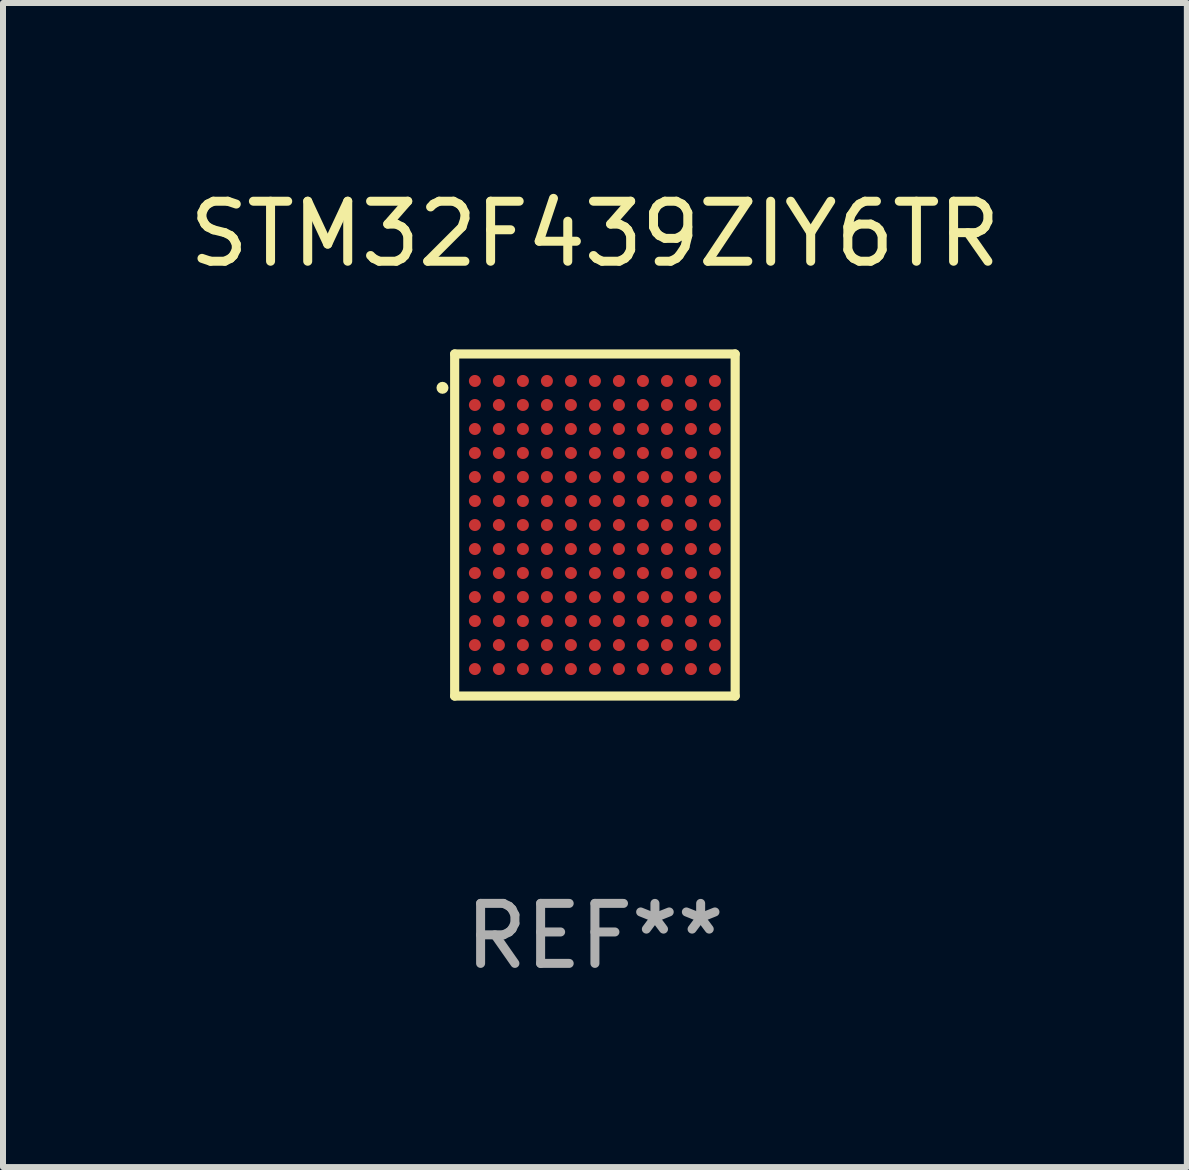
<source format=kicad_pcb>
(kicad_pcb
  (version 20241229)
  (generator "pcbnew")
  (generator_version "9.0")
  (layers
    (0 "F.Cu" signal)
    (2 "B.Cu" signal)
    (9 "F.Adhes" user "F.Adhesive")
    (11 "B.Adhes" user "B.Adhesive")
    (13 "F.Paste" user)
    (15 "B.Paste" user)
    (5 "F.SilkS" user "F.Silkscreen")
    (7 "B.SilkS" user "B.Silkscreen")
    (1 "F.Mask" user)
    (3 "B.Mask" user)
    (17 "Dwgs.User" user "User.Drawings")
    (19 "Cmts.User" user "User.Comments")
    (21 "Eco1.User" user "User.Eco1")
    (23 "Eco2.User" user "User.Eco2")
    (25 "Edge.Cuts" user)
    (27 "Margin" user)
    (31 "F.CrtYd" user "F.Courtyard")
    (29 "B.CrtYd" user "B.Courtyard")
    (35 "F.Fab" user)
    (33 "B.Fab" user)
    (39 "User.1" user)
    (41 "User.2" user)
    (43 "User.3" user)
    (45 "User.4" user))
  (footprint "STM32F439ZIY6TR"
    (layer "F.Cu")
    (at 6.863 5.698)
    (property "Reference" "STM32F439ZIY6TR" (at 0 -4.85 0) (layer "F.SilkS") (effects (font (size 1 1) (thickness 0.15))))
    (attr through_hole)
    (fp_line (start -2.337 -2.85) (end 2.337 -2.85) (stroke (width 0.152) (type solid)) (layer "F.SilkS"))
    (fp_line (start -2.337 2.85) (end -2.337 -2.85) (stroke (width 0.152) (type solid)) (layer "F.SilkS"))
    (fp_line (start 2.337 -2.85) (end 2.337 2.85) (stroke (width 0.152) (type solid)) (layer "F.SilkS"))
    (fp_line (start 2.337 2.85) (end -2.337 2.85) (stroke (width 0.152) (type solid)) (layer "F.SilkS"))
    (fp_circle (center -2.54 -2.286) (end -2.49 -2.286) (stroke (width 0.1) (type solid)) (fill no) (layer "F.SilkS"))
    (fp_text user "REF**" (at 0 6.85 0) (layer "F.Fab") (effects (font (size 1 1) (thickness 0.15))))
    (pad "A1" smd circle (at -2 -2.4) (size 0.2 0.2) (layers "F.Cu" "F.Mask" "F.Paste"))
    (pad "A2" smd circle (at -1.6 -2.4) (size 0.2 0.2) (layers "F.Cu" "F.Mask" "F.Paste"))
    (pad "A3" smd circle (at -1.2 -2.4) (size 0.2 0.2) (layers "F.Cu" "F.Mask" "F.Paste"))
    (pad "A4" smd circle (at -0.8 -2.4) (size 0.2 0.2) (layers "F.Cu" "F.Mask" "F.Paste"))
    (pad "A5" smd circle (at -0.4 -2.4) (size 0.2 0.2) (layers "F.Cu" "F.Mask" "F.Paste"))
    (pad "A6" smd circle (at 0 -2.4) (size 0.2 0.2) (layers "F.Cu" "F.Mask" "F.Paste"))
    (pad "A7" smd circle (at 0.4 -2.4) (size 0.2 0.2) (layers "F.Cu" "F.Mask" "F.Paste"))
    (pad "A8" smd circle (at 0.8 -2.4) (size 0.2 0.2) (layers "F.Cu" "F.Mask" "F.Paste"))
    (pad "A9" smd circle (at 1.2 -2.4) (size 0.2 0.2) (layers "F.Cu" "F.Mask" "F.Paste"))
    (pad "A10" smd circle (at 1.6 -2.4) (size 0.2 0.2) (layers "F.Cu" "F.Mask" "F.Paste"))
    (pad "A11" smd circle (at 2 -2.4) (size 0.2 0.2) (layers "F.Cu" "F.Mask" "F.Paste"))
    (pad "B1" smd circle (at -2 -2) (size 0.2 0.2) (layers "F.Cu" "F.Mask" "F.Paste"))
    (pad "B2" smd circle (at -1.6 -2) (size 0.2 0.2) (layers "F.Cu" "F.Mask" "F.Paste"))
    (pad "B3" smd circle (at -1.2 -2) (size 0.2 0.2) (layers "F.Cu" "F.Mask" "F.Paste"))
    (pad "B4" smd circle (at -0.8 -2) (size 0.2 0.2) (layers "F.Cu" "F.Mask" "F.Paste"))
    (pad "B5" smd circle (at -0.4 -2) (size 0.2 0.2) (layers "F.Cu" "F.Mask" "F.Paste"))
    (pad "B6" smd circle (at 0 -2) (size 0.2 0.2) (layers "F.Cu" "F.Mask" "F.Paste"))
    (pad "B7" smd circle (at 0.4 -2) (size 0.2 0.2) (layers "F.Cu" "F.Mask" "F.Paste"))
    (pad "B8" smd circle (at 0.8 -2) (size 0.2 0.2) (layers "F.Cu" "F.Mask" "F.Paste"))
    (pad "B9" smd circle (at 1.2 -2) (size 0.2 0.2) (layers "F.Cu" "F.Mask" "F.Paste"))
    (pad "B10" smd circle (at 1.6 -2) (size 0.2 0.2) (layers "F.Cu" "F.Mask" "F.Paste"))
    (pad "B11" smd circle (at 2 -2) (size 0.2 0.2) (layers "F.Cu" "F.Mask" "F.Paste"))
    (pad "C1" smd circle (at -2 -1.6) (size 0.2 0.2) (layers "F.Cu" "F.Mask" "F.Paste"))
    (pad "C2" smd circle (at -1.6 -1.6) (size 0.2 0.2) (layers "F.Cu" "F.Mask" "F.Paste"))
    (pad "C3" smd circle (at -1.2 -1.6) (size 0.2 0.2) (layers "F.Cu" "F.Mask" "F.Paste"))
    (pad "C4" smd circle (at -0.8 -1.6) (size 0.2 0.2) (layers "F.Cu" "F.Mask" "F.Paste"))
    (pad "C5" smd circle (at -0.4 -1.6) (size 0.2 0.2) (layers "F.Cu" "F.Mask" "F.Paste"))
    (pad "C6" smd circle (at 0 -1.6) (size 0.2 0.2) (layers "F.Cu" "F.Mask" "F.Paste"))
    (pad "C7" smd circle (at 0.4 -1.6) (size 0.2 0.2) (layers "F.Cu" "F.Mask" "F.Paste"))
    (pad "C8" smd circle (at 0.8 -1.6) (size 0.2 0.2) (layers "F.Cu" "F.Mask" "F.Paste"))
    (pad "C9" smd circle (at 1.2 -1.6) (size 0.2 0.2) (layers "F.Cu" "F.Mask" "F.Paste"))
    (pad "C10" smd circle (at 1.6 -1.6) (size 0.2 0.2) (layers "F.Cu" "F.Mask" "F.Paste"))
    (pad "C11" smd circle (at 2 -1.6) (size 0.2 0.2) (layers "F.Cu" "F.Mask" "F.Paste"))
    (pad "D1" smd circle (at -2 -1.2) (size 0.2 0.2) (layers "F.Cu" "F.Mask" "F.Paste"))
    (pad "D2" smd circle (at -1.6 -1.2) (size 0.2 0.2) (layers "F.Cu" "F.Mask" "F.Paste"))
    (pad "D3" smd circle (at -1.2 -1.2) (size 0.2 0.2) (layers "F.Cu" "F.Mask" "F.Paste"))
    (pad "D4" smd circle (at -0.8 -1.2) (size 0.2 0.2) (layers "F.Cu" "F.Mask" "F.Paste"))
    (pad "D5" smd circle (at -0.4 -1.2) (size 0.2 0.2) (layers "F.Cu" "F.Mask" "F.Paste"))
    (pad "D6" smd circle (at 0 -1.2) (size 0.2 0.2) (layers "F.Cu" "F.Mask" "F.Paste"))
    (pad "D7" smd circle (at 0.4 -1.2) (size 0.2 0.2) (layers "F.Cu" "F.Mask" "F.Paste"))
    (pad "D8" smd circle (at 0.8 -1.2) (size 0.2 0.2) (layers "F.Cu" "F.Mask" "F.Paste"))
    (pad "D9" smd circle (at 1.2 -1.2) (size 0.2 0.2) (layers "F.Cu" "F.Mask" "F.Paste"))
    (pad "D10" smd circle (at 1.6 -1.2) (size 0.2 0.2) (layers "F.Cu" "F.Mask" "F.Paste"))
    (pad "D11" smd circle (at 2 -1.2) (size 0.2 0.2) (layers "F.Cu" "F.Mask" "F.Paste"))
    (pad "E1" smd circle (at -2 -0.8) (size 0.2 0.2) (layers "F.Cu" "F.Mask" "F.Paste"))
    (pad "E2" smd circle (at -1.6 -0.8) (size 0.2 0.2) (layers "F.Cu" "F.Mask" "F.Paste"))
    (pad "E3" smd circle (at -1.2 -0.8) (size 0.2 0.2) (layers "F.Cu" "F.Mask" "F.Paste"))
    (pad "E4" smd circle (at -0.8 -0.8) (size 0.2 0.2) (layers "F.Cu" "F.Mask" "F.Paste"))
    (pad "E5" smd circle (at -0.4 -0.8) (size 0.2 0.2) (layers "F.Cu" "F.Mask" "F.Paste"))
    (pad "E6" smd circle (at 0 -0.8) (size 0.2 0.2) (layers "F.Cu" "F.Mask" "F.Paste"))
    (pad "E7" smd circle (at 0.4 -0.8) (size 0.2 0.2) (layers "F.Cu" "F.Mask" "F.Paste"))
    (pad "E8" smd circle (at 0.8 -0.8) (size 0.2 0.2) (layers "F.Cu" "F.Mask" "F.Paste"))
    (pad "E9" smd circle (at 1.2 -0.8) (size 0.2 0.2) (layers "F.Cu" "F.Mask" "F.Paste"))
    (pad "E10" smd circle (at 1.6 -0.8) (size 0.2 0.2) (layers "F.Cu" "F.Mask" "F.Paste"))
    (pad "E11" smd circle (at 2 -0.8) (size 0.2 0.2) (layers "F.Cu" "F.Mask" "F.Paste"))
    (pad "F1" smd circle (at -2 -0.4) (size 0.2 0.2) (layers "F.Cu" "F.Mask" "F.Paste"))
    (pad "F2" smd circle (at -1.6 -0.4) (size 0.2 0.2) (layers "F.Cu" "F.Mask" "F.Paste"))
    (pad "F3" smd circle (at -1.2 -0.4) (size 0.2 0.2) (layers "F.Cu" "F.Mask" "F.Paste"))
    (pad "F4" smd circle (at -0.8 -0.4) (size 0.2 0.2) (layers "F.Cu" "F.Mask" "F.Paste"))
    (pad "F5" smd circle (at -0.4 -0.4) (size 0.2 0.2) (layers "F.Cu" "F.Mask" "F.Paste"))
    (pad "F6" smd circle (at 0 -0.4) (size 0.2 0.2) (layers "F.Cu" "F.Mask" "F.Paste"))
    (pad "F7" smd circle (at 0.4 -0.4) (size 0.2 0.2) (layers "F.Cu" "F.Mask" "F.Paste"))
    (pad "F8" smd circle (at 0.8 -0.4) (size 0.2 0.2) (layers "F.Cu" "F.Mask" "F.Paste"))
    (pad "F9" smd circle (at 1.2 -0.4) (size 0.2 0.2) (layers "F.Cu" "F.Mask" "F.Paste"))
    (pad "F10" smd circle (at 1.6 -0.4) (size 0.2 0.2) (layers "F.Cu" "F.Mask" "F.Paste"))
    (pad "F11" smd circle (at 2 -0.4) (size 0.2 0.2) (layers "F.Cu" "F.Mask" "F.Paste"))
    (pad "G1" smd circle (at -2 0) (size 0.2 0.2) (layers "F.Cu" "F.Mask" "F.Paste"))
    (pad "G2" smd circle (at -1.6 0) (size 0.2 0.2) (layers "F.Cu" "F.Mask" "F.Paste"))
    (pad "G3" smd circle (at -1.2 0) (size 0.2 0.2) (layers "F.Cu" "F.Mask" "F.Paste"))
    (pad "G4" smd circle (at -0.8 0) (size 0.2 0.2) (layers "F.Cu" "F.Mask" "F.Paste"))
    (pad "G5" smd circle (at -0.4 0) (size 0.2 0.2) (layers "F.Cu" "F.Mask" "F.Paste"))
    (pad "G6" smd circle (at 0 0) (size 0.2 0.2) (layers "F.Cu" "F.Mask" "F.Paste"))
    (pad "G7" smd circle (at 0.4 0) (size 0.2 0.2) (layers "F.Cu" "F.Mask" "F.Paste"))
    (pad "G8" smd circle (at 0.8 0) (size 0.2 0.2) (layers "F.Cu" "F.Mask" "F.Paste"))
    (pad "G9" smd circle (at 1.2 0) (size 0.2 0.2) (layers "F.Cu" "F.Mask" "F.Paste"))
    (pad "G10" smd circle (at 1.6 0) (size 0.2 0.2) (layers "F.Cu" "F.Mask" "F.Paste"))
    (pad "G11" smd circle (at 2 0) (size 0.2 0.2) (layers "F.Cu" "F.Mask" "F.Paste"))
    (pad "H1" smd circle (at -2 0.4) (size 0.2 0.2) (layers "F.Cu" "F.Mask" "F.Paste"))
    (pad "H2" smd circle (at -1.6 0.4) (size 0.2 0.2) (layers "F.Cu" "F.Mask" "F.Paste"))
    (pad "H3" smd circle (at -1.2 0.4) (size 0.2 0.2) (layers "F.Cu" "F.Mask" "F.Paste"))
    (pad "H4" smd circle (at -0.8 0.4) (size 0.2 0.2) (layers "F.Cu" "F.Mask" "F.Paste"))
    (pad "H5" smd circle (at -0.4 0.4) (size 0.2 0.2) (layers "F.Cu" "F.Mask" "F.Paste"))
    (pad "H6" smd circle (at 0 0.4) (size 0.2 0.2) (layers "F.Cu" "F.Mask" "F.Paste"))
    (pad "H7" smd circle (at 0.4 0.4) (size 0.2 0.2) (layers "F.Cu" "F.Mask" "F.Paste"))
    (pad "H8" smd circle (at 0.8 0.4) (size 0.2 0.2) (layers "F.Cu" "F.Mask" "F.Paste"))
    (pad "H9" smd circle (at 1.2 0.4) (size 0.2 0.2) (layers "F.Cu" "F.Mask" "F.Paste"))
    (pad "H10" smd circle (at 1.6 0.4) (size 0.2 0.2) (layers "F.Cu" "F.Mask" "F.Paste"))
    (pad "H11" smd circle (at 2 0.4) (size 0.2 0.2) (layers "F.Cu" "F.Mask" "F.Paste"))
    (pad "J1" smd circle (at -2 0.8) (size 0.2 0.2) (layers "F.Cu" "F.Mask" "F.Paste"))
    (pad "J2" smd circle (at -1.6 0.8) (size 0.2 0.2) (layers "F.Cu" "F.Mask" "F.Paste"))
    (pad "J3" smd circle (at -1.2 0.8) (size 0.2 0.2) (layers "F.Cu" "F.Mask" "F.Paste"))
    (pad "J4" smd circle (at -0.8 0.8) (size 0.2 0.2) (layers "F.Cu" "F.Mask" "F.Paste"))
    (pad "J5" smd circle (at -0.4 0.8) (size 0.2 0.2) (layers "F.Cu" "F.Mask" "F.Paste"))
    (pad "J6" smd circle (at 0 0.8) (size 0.2 0.2) (layers "F.Cu" "F.Mask" "F.Paste"))
    (pad "J7" smd circle (at 0.4 0.8) (size 0.2 0.2) (layers "F.Cu" "F.Mask" "F.Paste"))
    (pad "J8" smd circle (at 0.8 0.8) (size 0.2 0.2) (layers "F.Cu" "F.Mask" "F.Paste"))
    (pad "J9" smd circle (at 1.2 0.8) (size 0.2 0.2) (layers "F.Cu" "F.Mask" "F.Paste"))
    (pad "J10" smd circle (at 1.6 0.8) (size 0.2 0.2) (layers "F.Cu" "F.Mask" "F.Paste"))
    (pad "J11" smd circle (at 2 0.8) (size 0.2 0.2) (layers "F.Cu" "F.Mask" "F.Paste"))
    (pad "K1" smd circle (at -2 1.2) (size 0.2 0.2) (layers "F.Cu" "F.Mask" "F.Paste"))
    (pad "K2" smd circle (at -1.6 1.2) (size 0.2 0.2) (layers "F.Cu" "F.Mask" "F.Paste"))
    (pad "K3" smd circle (at -1.2 1.2) (size 0.2 0.2) (layers "F.Cu" "F.Mask" "F.Paste"))
    (pad "K4" smd circle (at -0.8 1.2) (size 0.2 0.2) (layers "F.Cu" "F.Mask" "F.Paste"))
    (pad "K5" smd circle (at -0.4 1.2) (size 0.2 0.2) (layers "F.Cu" "F.Mask" "F.Paste"))
    (pad "K6" smd circle (at 0 1.2) (size 0.2 0.2) (layers "F.Cu" "F.Mask" "F.Paste"))
    (pad "K7" smd circle (at 0.4 1.2) (size 0.2 0.2) (layers "F.Cu" "F.Mask" "F.Paste"))
    (pad "K8" smd circle (at 0.8 1.2) (size 0.2 0.2) (layers "F.Cu" "F.Mask" "F.Paste"))
    (pad "K9" smd circle (at 1.2 1.2) (size 0.2 0.2) (layers "F.Cu" "F.Mask" "F.Paste"))
    (pad "K10" smd circle (at 1.6 1.2) (size 0.2 0.2) (layers "F.Cu" "F.Mask" "F.Paste"))
    (pad "K11" smd circle (at 2 1.2) (size 0.2 0.2) (layers "F.Cu" "F.Mask" "F.Paste"))
    (pad "L1" smd circle (at -2 1.6) (size 0.2 0.2) (layers "F.Cu" "F.Mask" "F.Paste"))
    (pad "L2" smd circle (at -1.6 1.6) (size 0.2 0.2) (layers "F.Cu" "F.Mask" "F.Paste"))
    (pad "L3" smd circle (at -1.2 1.6) (size 0.2 0.2) (layers "F.Cu" "F.Mask" "F.Paste"))
    (pad "L4" smd circle (at -0.8 1.6) (size 0.2 0.2) (layers "F.Cu" "F.Mask" "F.Paste"))
    (pad "L5" smd circle (at -0.4 1.6) (size 0.2 0.2) (layers "F.Cu" "F.Mask" "F.Paste"))
    (pad "L6" smd circle (at 0 1.6) (size 0.2 0.2) (layers "F.Cu" "F.Mask" "F.Paste"))
    (pad "L7" smd circle (at 0.4 1.6) (size 0.2 0.2) (layers "F.Cu" "F.Mask" "F.Paste"))
    (pad "L8" smd circle (at 0.8 1.6) (size 0.2 0.2) (layers "F.Cu" "F.Mask" "F.Paste"))
    (pad "L9" smd circle (at 1.2 1.6) (size 0.2 0.2) (layers "F.Cu" "F.Mask" "F.Paste"))
    (pad "L10" smd circle (at 1.6 1.6) (size 0.2 0.2) (layers "F.Cu" "F.Mask" "F.Paste"))
    (pad "L11" smd circle (at 2 1.6) (size 0.2 0.2) (layers "F.Cu" "F.Mask" "F.Paste"))
    (pad "M1" smd circle (at -2 2) (size 0.2 0.2) (layers "F.Cu" "F.Mask" "F.Paste"))
    (pad "M2" smd circle (at -1.6 2) (size 0.2 0.2) (layers "F.Cu" "F.Mask" "F.Paste"))
    (pad "M3" smd circle (at -1.2 2) (size 0.2 0.2) (layers "F.Cu" "F.Mask" "F.Paste"))
    (pad "M4" smd circle (at -0.8 2) (size 0.2 0.2) (layers "F.Cu" "F.Mask" "F.Paste"))
    (pad "M5" smd circle (at -0.4 2) (size 0.2 0.2) (layers "F.Cu" "F.Mask" "F.Paste"))
    (pad "M6" smd circle (at 0 2) (size 0.2 0.2) (layers "F.Cu" "F.Mask" "F.Paste"))
    (pad "M7" smd circle (at 0.4 2) (size 0.2 0.2) (layers "F.Cu" "F.Mask" "F.Paste"))
    (pad "M8" smd circle (at 0.8 2) (size 0.2 0.2) (layers "F.Cu" "F.Mask" "F.Paste"))
    (pad "M9" smd circle (at 1.2 2) (size 0.2 0.2) (layers "F.Cu" "F.Mask" "F.Paste"))
    (pad "M10" smd circle (at 1.6 2) (size 0.2 0.2) (layers "F.Cu" "F.Mask" "F.Paste"))
    (pad "M11" smd circle (at 2 2) (size 0.2 0.2) (layers "F.Cu" "F.Mask" "F.Paste"))
    (pad "N1" smd circle (at -2 2.4) (size 0.2 0.2) (layers "F.Cu" "F.Mask" "F.Paste"))
    (pad "N2" smd circle (at -1.6 2.4) (size 0.2 0.2) (layers "F.Cu" "F.Mask" "F.Paste"))
    (pad "N3" smd circle (at -1.2 2.4) (size 0.2 0.2) (layers "F.Cu" "F.Mask" "F.Paste"))
    (pad "N4" smd circle (at -0.8 2.4) (size 0.2 0.2) (layers "F.Cu" "F.Mask" "F.Paste"))
    (pad "N5" smd circle (at -0.4 2.4) (size 0.2 0.2) (layers "F.Cu" "F.Mask" "F.Paste"))
    (pad "N6" smd circle (at 0 2.4) (size 0.2 0.2) (layers "F.Cu" "F.Mask" "F.Paste"))
    (pad "N7" smd circle (at 0.4 2.4) (size 0.2 0.2) (layers "F.Cu" "F.Mask" "F.Paste"))
    (pad "N8" smd circle (at 0.8 2.4) (size 0.2 0.2) (layers "F.Cu" "F.Mask" "F.Paste"))
    (pad "N9" smd circle (at 1.2 2.4) (size 0.2 0.2) (layers "F.Cu" "F.Mask" "F.Paste"))
    (pad "N10" smd circle (at 1.6 2.4) (size 0.2 0.2) (layers "F.Cu" "F.Mask" "F.Paste"))
    (pad "N11" smd circle (at 2 2.4) (size 0.2 0.2) (layers "F.Cu" "F.Mask" "F.Paste")))
  (gr_rect
    (start -3 -3)
    (end 16.726 16.396)
    (stroke (width 0.1) (type default))
    (fill no)
    (layer "Edge.Cuts")))
</source>
